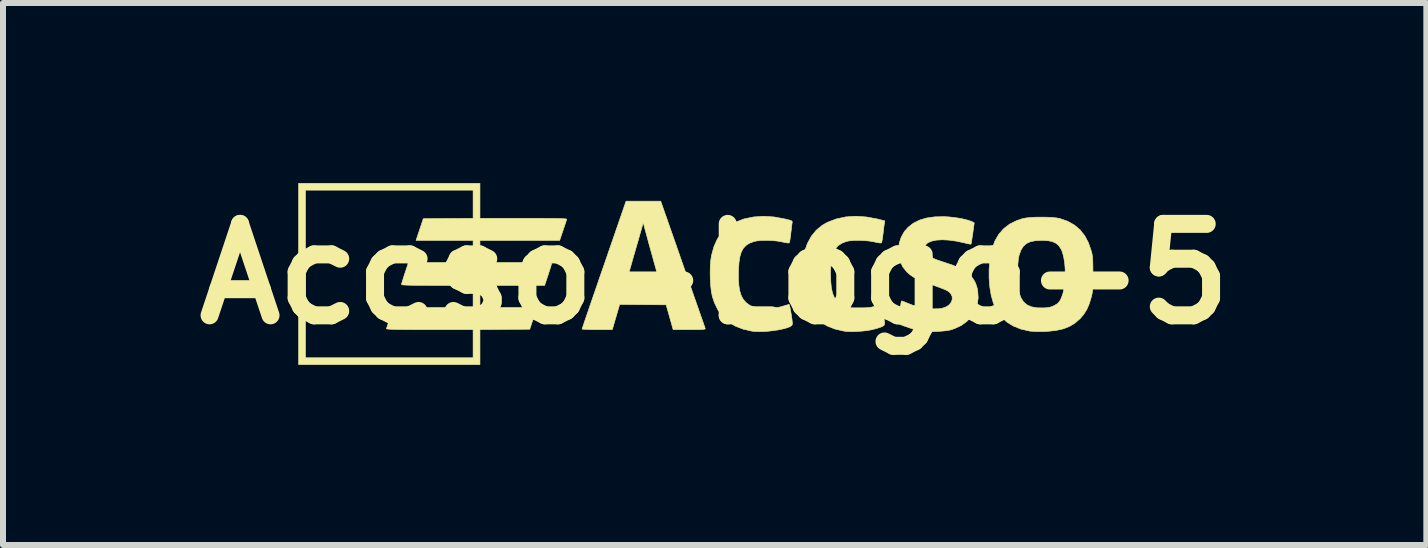
<source format=kicad_pcb>
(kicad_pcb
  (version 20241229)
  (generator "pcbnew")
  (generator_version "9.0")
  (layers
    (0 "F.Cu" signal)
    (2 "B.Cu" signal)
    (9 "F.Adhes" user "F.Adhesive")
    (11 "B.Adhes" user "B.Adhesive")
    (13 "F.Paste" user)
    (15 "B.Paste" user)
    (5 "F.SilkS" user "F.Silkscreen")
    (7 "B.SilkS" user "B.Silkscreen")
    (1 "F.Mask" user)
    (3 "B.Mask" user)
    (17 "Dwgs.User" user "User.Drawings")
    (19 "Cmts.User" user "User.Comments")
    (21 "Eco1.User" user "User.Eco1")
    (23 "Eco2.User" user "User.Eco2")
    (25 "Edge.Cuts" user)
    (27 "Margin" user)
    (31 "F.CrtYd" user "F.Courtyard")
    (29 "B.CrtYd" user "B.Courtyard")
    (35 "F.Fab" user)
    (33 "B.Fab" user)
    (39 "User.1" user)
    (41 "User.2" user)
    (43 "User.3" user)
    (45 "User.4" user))
  (footprint "Accso-Logo-5"
    (layer "F.Cu")
    (at 8.861 1.516)
    (property "Reference" "Accso-Logo-5" (at 0 0 0) (layer "F.SilkS") (effects (font (size 1.524 1.524) (thickness 0.3))))
    (attr through_hole)
    (fp_poly (pts (xy -3.912 -0.927) (xy -3.187 -0.927) (xy -3.027 -0.927) (xy -2.891 -0.927) (xy -2.778 -0.926) (xy -2.684 -0.925) (xy -2.61 -0.924) (xy -2.553 -0.922) (xy -2.512 -0.92) (xy -2.485 -0.918) (xy -2.47 -0.915) (xy -2.466 -0.911) (xy -2.472 -0.894) (xy -2.483 -0.857) (xy -2.5 -0.807) (xy -2.521 -0.746) (xy -2.527 -0.727) (xy -2.584 -0.559) (xy -3.248 -0.559) (xy -3.912 -0.559) (xy -3.912 -0.191) (xy -3.315 -0.191) (xy -3.17 -0.19) (xy -3.05 -0.19) (xy -2.951 -0.189) (xy -2.872 -0.188) (xy -2.812 -0.186) (xy -2.768 -0.184) (xy -2.739 -0.182) (xy -2.723 -0.178) (xy -2.718 -0.175) (xy -2.722 -0.157) (xy -2.732 -0.121) (xy -2.748 -0.07) (xy -2.768 -0.009) (xy -2.776 0.016) (xy -2.834 0.191) (xy -3.912 0.191) (xy -3.912 0.559) (xy -2.961 0.559) (xy -3.082 0.921) (xy -3.497 0.924) (xy -3.912 0.927) (xy -3.912 1.511) (xy -6.934 1.511) (xy -6.934 -1.397) (xy -6.82 -1.397) (xy -6.82 1.397) (xy -4.026 1.397) (xy -4.026 0.927) (xy -4.751 0.927) (xy -4.911 0.927) (xy -5.046 0.927) (xy -5.16 0.926) (xy -5.253 0.925) (xy -5.327 0.924) (xy -5.384 0.922) (xy -5.425 0.92) (xy -5.452 0.918) (xy -5.467 0.915) (xy -5.471 0.911) (xy -5.47 0.911) (xy -5.465 0.894) (xy -5.452 0.857) (xy -5.435 0.806) (xy -5.415 0.746) (xy -5.409 0.727) (xy -5.354 0.559) (xy -4.026 0.559) (xy -4.026 0.191) (xy -4.623 0.191) (xy -4.767 0.19) (xy -4.888 0.19) (xy -4.987 0.189) (xy -5.066 0.188) (xy -5.126 0.186) (xy -5.17 0.184) (xy -5.199 0.182) (xy -5.215 0.178) (xy -5.22 0.175) (xy -5.216 0.157) (xy -5.205 0.121) (xy -5.189 0.07) (xy -5.17 0.009) (xy -5.161 -0.016) (xy -5.103 -0.191) (xy -4.026 -0.191) (xy -4.026 -0.559) (xy -4.977 -0.559) (xy -4.856 -0.921) (xy -4.441 -0.924) (xy -4.026 -0.927) (xy -4.026 -1.397) (xy -6.82 -1.397) (xy -6.934 -1.397) (xy -6.934 -1.511) (xy -3.912 -1.511) (xy -3.912 -0.927)) (stroke (width 0.01) (type solid)) (fill yes) (layer "F.SilkS"))
    (fp_poly (pts (xy 0.99 -0.95) (xy 1.174 -0.916) (xy 1.192 -0.912) (xy 1.243 -0.899) (xy 1.274 -0.889) (xy 1.289 -0.879) (xy 1.293 -0.867) (xy 1.291 -0.852) (xy 1.287 -0.826) (xy 1.282 -0.782) (xy 1.275 -0.726) (xy 1.269 -0.677) (xy 1.262 -0.618) (xy 1.255 -0.569) (xy 1.249 -0.535) (xy 1.245 -0.521) (xy 1.229 -0.516) (xy 1.191 -0.52) (xy 1.13 -0.533) (xy 1.126 -0.534) (xy 1.047 -0.548) (xy 0.958 -0.557) (xy 0.866 -0.56) (xy 0.778 -0.559) (xy 0.702 -0.551) (xy 0.653 -0.54) (xy 0.581 -0.513) (xy 0.524 -0.477) (xy 0.479 -0.43) (xy 0.445 -0.37) (xy 0.421 -0.292) (xy 0.406 -0.196) (xy 0.398 -0.078) (xy 0.397 -0.054) (xy 0.396 0.079) (xy 0.403 0.19) (xy 0.418 0.283) (xy 0.442 0.359) (xy 0.475 0.421) (xy 0.519 0.472) (xy 0.529 0.481) (xy 0.569 0.512) (xy 0.612 0.535) (xy 0.663 0.55) (xy 0.726 0.56) (xy 0.806 0.564) (xy 0.876 0.565) (xy 0.954 0.564) (xy 1.013 0.561) (xy 1.06 0.556) (xy 1.103 0.547) (xy 1.139 0.536) (xy 1.184 0.523) (xy 1.22 0.513) (xy 1.241 0.508) (xy 1.242 0.508) (xy 1.247 0.52) (xy 1.254 0.551) (xy 1.263 0.596) (xy 1.272 0.65) (xy 1.281 0.707) (xy 1.289 0.761) (xy 1.294 0.808) (xy 1.295 0.84) (xy 1.295 0.84) (xy 1.283 0.86) (xy 1.25 0.881) (xy 1.198 0.9) (xy 1.132 0.917) (xy 1.055 0.933) (xy 0.972 0.945) (xy 0.885 0.955) (xy 0.799 0.96) (xy 0.717 0.96) (xy 0.643 0.956) (xy 0.616 0.952) (xy 0.469 0.918) (xy 0.34 0.867) (xy 0.228 0.797) (xy 0.133 0.708) (xy 0.055 0.601) (xy -0.006 0.475) (xy -0.039 0.373) (xy -0.055 0.296) (xy -0.066 0.2) (xy -0.073 0.093) (xy -0.075 -0.019) (xy -0.073 -0.128) (xy -0.065 -0.228) (xy -0.052 -0.311) (xy -0.012 -0.456) (xy 0.045 -0.583) (xy 0.12 -0.69) (xy 0.212 -0.779) (xy 0.321 -0.85) (xy 0.343 -0.861) (xy 0.489 -0.917) (xy 0.647 -0.95) (xy 0.814 -0.961) (xy 0.99 -0.95)) (stroke (width 0.01) (type solid)) (fill yes) (layer "F.SilkS"))
    (fp_poly (pts (xy 2.528 -0.95) (xy 2.713 -0.916) (xy 2.728 -0.912) (xy 2.835 -0.885) (xy 2.828 -0.839) (xy 2.823 -0.807) (xy 2.817 -0.758) (xy 2.81 -0.699) (xy 2.806 -0.665) (xy 2.798 -0.609) (xy 2.791 -0.562) (xy 2.785 -0.531) (xy 2.782 -0.521) (xy 2.767 -0.516) (xy 2.734 -0.519) (xy 2.68 -0.53) (xy 2.663 -0.534) (xy 2.584 -0.548) (xy 2.495 -0.557) (xy 2.403 -0.56) (xy 2.315 -0.559) (xy 2.239 -0.551) (xy 2.19 -0.54) (xy 2.116 -0.511) (xy 2.056 -0.47) (xy 2.009 -0.416) (xy 1.974 -0.346) (xy 1.95 -0.258) (xy 1.936 -0.15) (xy 1.931 -0.021) (xy 1.931 0) (xy 1.935 0.13) (xy 1.946 0.239) (xy 1.967 0.328) (xy 1.998 0.4) (xy 2.04 0.458) (xy 2.095 0.504) (xy 2.153 0.536) (xy 2.18 0.548) (xy 2.208 0.556) (xy 2.24 0.561) (xy 2.283 0.564) (xy 2.342 0.565) (xy 2.4 0.565) (xy 2.479 0.565) (xy 2.539 0.562) (xy 2.586 0.558) (xy 2.627 0.55) (xy 2.668 0.539) (xy 2.675 0.537) (xy 2.721 0.523) (xy 2.757 0.513) (xy 2.777 0.508) (xy 2.778 0.508) (xy 2.784 0.52) (xy 2.791 0.551) (xy 2.8 0.596) (xy 2.81 0.65) (xy 2.818 0.706) (xy 2.826 0.76) (xy 2.831 0.805) (xy 2.832 0.834) (xy 2.825 0.853) (xy 2.802 0.871) (xy 2.761 0.889) (xy 2.699 0.909) (xy 2.624 0.928) (xy 2.55 0.942) (xy 2.461 0.952) (xy 2.366 0.958) (xy 2.274 0.96) (xy 2.193 0.957) (xy 2.153 0.952) (xy 2.005 0.918) (xy 1.876 0.867) (xy 1.764 0.798) (xy 1.671 0.71) (xy 1.595 0.605) (xy 1.563 0.543) (xy 1.532 0.473) (xy 1.508 0.408) (xy 1.491 0.345) (xy 1.479 0.278) (xy 1.472 0.201) (xy 1.468 0.109) (xy 1.467 -0.002) (xy 1.467 -0.006) (xy 1.467 -0.097) (xy 1.468 -0.167) (xy 1.471 -0.221) (xy 1.475 -0.266) (xy 1.481 -0.304) (xy 1.49 -0.342) (xy 1.496 -0.368) (xy 1.545 -0.507) (xy 1.611 -0.628) (xy 1.693 -0.729) (xy 1.793 -0.811) (xy 1.882 -0.862) (xy 2.028 -0.917) (xy 2.185 -0.951) (xy 2.352 -0.962) (xy 2.528 -0.95)) (stroke (width 0.01) (type solid)) (fill yes) (layer "F.SilkS"))
    (fp_poly (pts (xy -0.819 -0.984) (xy -0.8 -0.932) (xy -0.775 -0.859) (xy -0.743 -0.767) (xy -0.705 -0.659) (xy -0.663 -0.539) (xy -0.617 -0.408) (xy -0.569 -0.269) (xy -0.519 -0.126) (xy -0.468 0.02) (xy -0.452 0.065) (xy -0.404 0.203) (xy -0.358 0.335) (xy -0.315 0.458) (xy -0.275 0.571) (xy -0.241 0.67) (xy -0.211 0.755) (xy -0.187 0.823) (xy -0.17 0.872) (xy -0.16 0.9) (xy -0.158 0.906) (xy -0.157 0.913) (xy -0.163 0.918) (xy -0.179 0.922) (xy -0.207 0.925) (xy -0.251 0.926) (xy -0.313 0.927) (xy -0.398 0.927) (xy -0.421 0.927) (xy -0.692 0.927) (xy -0.75 0.721) (xy -0.809 0.514) (xy -1.196 0.511) (xy -1.584 0.508) (xy -1.631 0.67) (xy -1.65 0.735) (xy -1.668 0.796) (xy -1.682 0.845) (xy -1.691 0.878) (xy -1.692 0.879) (xy -1.706 0.927) (xy -1.958 0.927) (xy -2.035 0.927) (xy -2.102 0.925) (xy -2.156 0.923) (xy -2.193 0.921) (xy -2.209 0.918) (xy -2.21 0.918) (xy -2.206 0.904) (xy -2.194 0.869) (xy -2.175 0.813) (xy -2.15 0.738) (xy -2.118 0.646) (xy -2.082 0.539) (xy -2.04 0.418) (xy -1.994 0.286) (xy -1.945 0.143) (xy -1.928 0.092) (xy -1.461 0.092) (xy -1.448 0.095) (xy -1.415 0.097) (xy -1.363 0.099) (xy -1.297 0.101) (xy -1.22 0.102) (xy -1.193 0.102) (xy -1.104 0.101) (xy -1.037 0.101) (xy -0.99 0.1) (xy -0.959 0.097) (xy -0.941 0.094) (xy -0.933 0.089) (xy -0.931 0.082) (xy -0.932 0.079) (xy -0.941 0.051) (xy -0.955 0.001) (xy -0.973 -0.065) (xy -0.995 -0.143) (xy -1.02 -0.231) (xy -1.045 -0.323) (xy -1.071 -0.416) (xy -1.096 -0.505) (xy -1.118 -0.588) (xy -1.138 -0.66) (xy -1.153 -0.717) (xy -1.164 -0.754) (xy -1.165 -0.762) (xy -1.19 -0.857) (xy -1.211 -0.781) (xy -1.22 -0.75) (xy -1.235 -0.698) (xy -1.255 -0.629) (xy -1.278 -0.547) (xy -1.305 -0.455) (xy -1.333 -0.357) (xy -1.347 -0.311) (xy -1.374 -0.215) (xy -1.399 -0.127) (xy -1.421 -0.05) (xy -1.439 0.013) (xy -1.452 0.06) (xy -1.459 0.087) (xy -1.461 0.092) (xy -1.928 0.092) (xy -1.893 -0.009) (xy -1.843 -0.152) (xy -1.477 -1.213) (xy -0.899 -1.213) (xy -0.819 -0.984)) (stroke (width 0.01) (type solid)) (fill yes) (layer "F.SilkS"))
    (fp_poly (pts (xy 3.902 -0.951) (xy 3.984 -0.942) (xy 4.069 -0.93) (xy 4.15 -0.914) (xy 4.22 -0.896) (xy 4.274 -0.878) (xy 4.291 -0.871) (xy 4.326 -0.852) (xy 4.302 -0.677) (xy 4.292 -0.613) (xy 4.284 -0.559) (xy 4.277 -0.52) (xy 4.273 -0.499) (xy 4.272 -0.497) (xy 4.259 -0.497) (xy 4.227 -0.503) (xy 4.182 -0.513) (xy 4.163 -0.518) (xy 4.029 -0.547) (xy 3.905 -0.564) (xy 3.793 -0.57) (xy 3.695 -0.564) (xy 3.615 -0.547) (xy 3.553 -0.52) (xy 3.524 -0.495) (xy 3.508 -0.467) (xy 3.497 -0.429) (xy 3.497 -0.423) (xy 3.496 -0.386) (xy 3.508 -0.353) (xy 3.533 -0.322) (xy 3.573 -0.293) (xy 3.632 -0.264) (xy 3.712 -0.232) (xy 3.813 -0.198) (xy 3.835 -0.191) (xy 3.973 -0.144) (xy 4.087 -0.094) (xy 4.179 -0.041) (xy 4.253 0.016) (xy 4.308 0.081) (xy 4.349 0.154) (xy 4.376 0.238) (xy 4.384 0.278) (xy 4.392 0.396) (xy 4.377 0.509) (xy 4.339 0.613) (xy 4.281 0.708) (xy 4.203 0.791) (xy 4.107 0.86) (xy 3.994 0.912) (xy 3.93 0.933) (xy 3.872 0.944) (xy 3.796 0.952) (xy 3.711 0.958) (xy 3.624 0.96) (xy 3.542 0.958) (xy 3.475 0.952) (xy 3.31 0.919) (xy 3.155 0.867) (xy 3.142 0.862) (xy 3.052 0.825) (xy 3.08 0.641) (xy 3.09 0.575) (xy 3.1 0.519) (xy 3.107 0.477) (xy 3.113 0.454) (xy 3.114 0.45) (xy 3.128 0.452) (xy 3.158 0.463) (xy 3.198 0.481) (xy 3.202 0.482) (xy 3.301 0.521) (xy 3.411 0.551) (xy 3.524 0.572) (xy 3.634 0.582) (xy 3.734 0.58) (xy 3.789 0.572) (xy 3.858 0.549) (xy 3.91 0.514) (xy 3.944 0.47) (xy 3.96 0.421) (xy 3.957 0.372) (xy 3.932 0.324) (xy 3.889 0.286) (xy 3.86 0.271) (xy 3.813 0.25) (xy 3.751 0.226) (xy 3.682 0.201) (xy 3.632 0.183) (xy 3.524 0.146) (xy 3.437 0.112) (xy 3.366 0.08) (xy 3.308 0.049) (xy 3.259 0.015) (xy 3.215 -0.023) (xy 3.199 -0.038) (xy 3.136 -0.117) (xy 3.093 -0.209) (xy 3.068 -0.309) (xy 3.063 -0.412) (xy 3.077 -0.516) (xy 3.11 -0.615) (xy 3.161 -0.706) (xy 3.224 -0.778) (xy 3.313 -0.847) (xy 3.416 -0.898) (xy 3.534 -0.933) (xy 3.67 -0.952) (xy 3.823 -0.955) (xy 3.902 -0.951)) (stroke (width 0.01) (type solid)) (fill yes) (layer "F.SilkS"))
    (fp_poly (pts (xy 5.536 -0.946) (xy 5.624 -0.942) (xy 5.698 -0.934) (xy 5.753 -0.924) (xy 5.883 -0.878) (xy 5.996 -0.815) (xy 6.09 -0.735) (xy 6.168 -0.637) (xy 6.23 -0.519) (xy 6.276 -0.385) (xy 6.286 -0.348) (xy 6.293 -0.313) (xy 6.298 -0.273) (xy 6.301 -0.225) (xy 6.303 -0.165) (xy 6.304 -0.087) (xy 6.305 -0.006) (xy 6.305 0.088) (xy 6.304 0.162) (xy 6.302 0.22) (xy 6.299 0.267) (xy 6.294 0.307) (xy 6.287 0.344) (xy 6.277 0.384) (xy 6.277 0.386) (xy 6.243 0.498) (xy 6.203 0.591) (xy 6.153 0.671) (xy 6.091 0.744) (xy 6.084 0.75) (xy 6.003 0.82) (xy 5.912 0.875) (xy 5.809 0.915) (xy 5.691 0.941) (xy 5.555 0.956) (xy 5.493 0.959) (xy 5.422 0.96) (xy 5.353 0.959) (xy 5.293 0.956) (xy 5.252 0.952) (xy 5.105 0.919) (xy 4.977 0.868) (xy 4.868 0.8) (xy 4.776 0.714) (xy 4.702 0.611) (xy 4.69 0.59) (xy 4.644 0.482) (xy 4.609 0.357) (xy 4.586 0.219) (xy 4.574 0.072) (xy 4.574 0.008) (xy 5.048 0.008) (xy 5.05 0.101) (xy 5.054 0.187) (xy 5.062 0.259) (xy 5.071 0.305) (xy 5.103 0.394) (xy 5.146 0.463) (xy 5.204 0.514) (xy 5.277 0.547) (xy 5.367 0.564) (xy 5.477 0.566) (xy 5.478 0.566) (xy 5.54 0.562) (xy 5.586 0.555) (xy 5.626 0.542) (xy 5.662 0.525) (xy 5.702 0.502) (xy 5.73 0.479) (xy 5.753 0.448) (xy 5.775 0.406) (xy 5.803 0.331) (xy 5.824 0.238) (xy 5.837 0.133) (xy 5.843 0.021) (xy 5.841 -0.091) (xy 5.832 -0.199) (xy 5.814 -0.297) (xy 5.79 -0.379) (xy 5.773 -0.415) (xy 5.736 -0.471) (xy 5.69 -0.511) (xy 5.633 -0.538) (xy 5.56 -0.554) (xy 5.467 -0.56) (xy 5.452 -0.56) (xy 5.347 -0.555) (xy 5.262 -0.538) (xy 5.195 -0.507) (xy 5.143 -0.46) (xy 5.104 -0.396) (xy 5.074 -0.312) (xy 5.072 -0.305) (xy 5.061 -0.248) (xy 5.054 -0.173) (xy 5.049 -0.085) (xy 5.048 0.008) (xy 4.574 0.008) (xy 4.574 -0.079) (xy 4.587 -0.228) (xy 4.612 -0.371) (xy 4.624 -0.419) (xy 4.67 -0.549) (xy 4.735 -0.661) (xy 4.817 -0.755) (xy 4.918 -0.832) (xy 5.037 -0.891) (xy 5.131 -0.922) (xy 5.187 -0.933) (xy 5.262 -0.941) (xy 5.349 -0.946) (xy 5.443 -0.947) (xy 5.536 -0.946)) (stroke (width 0.01) (type solid)) (fill yes) (layer "F.SilkS")))
  (gr_rect
    (start -3 -3)
    (end 20.722 6.033)
    (stroke (width 0.1) (type default))
    (fill no)
    (layer "Edge.Cuts")))
</source>
